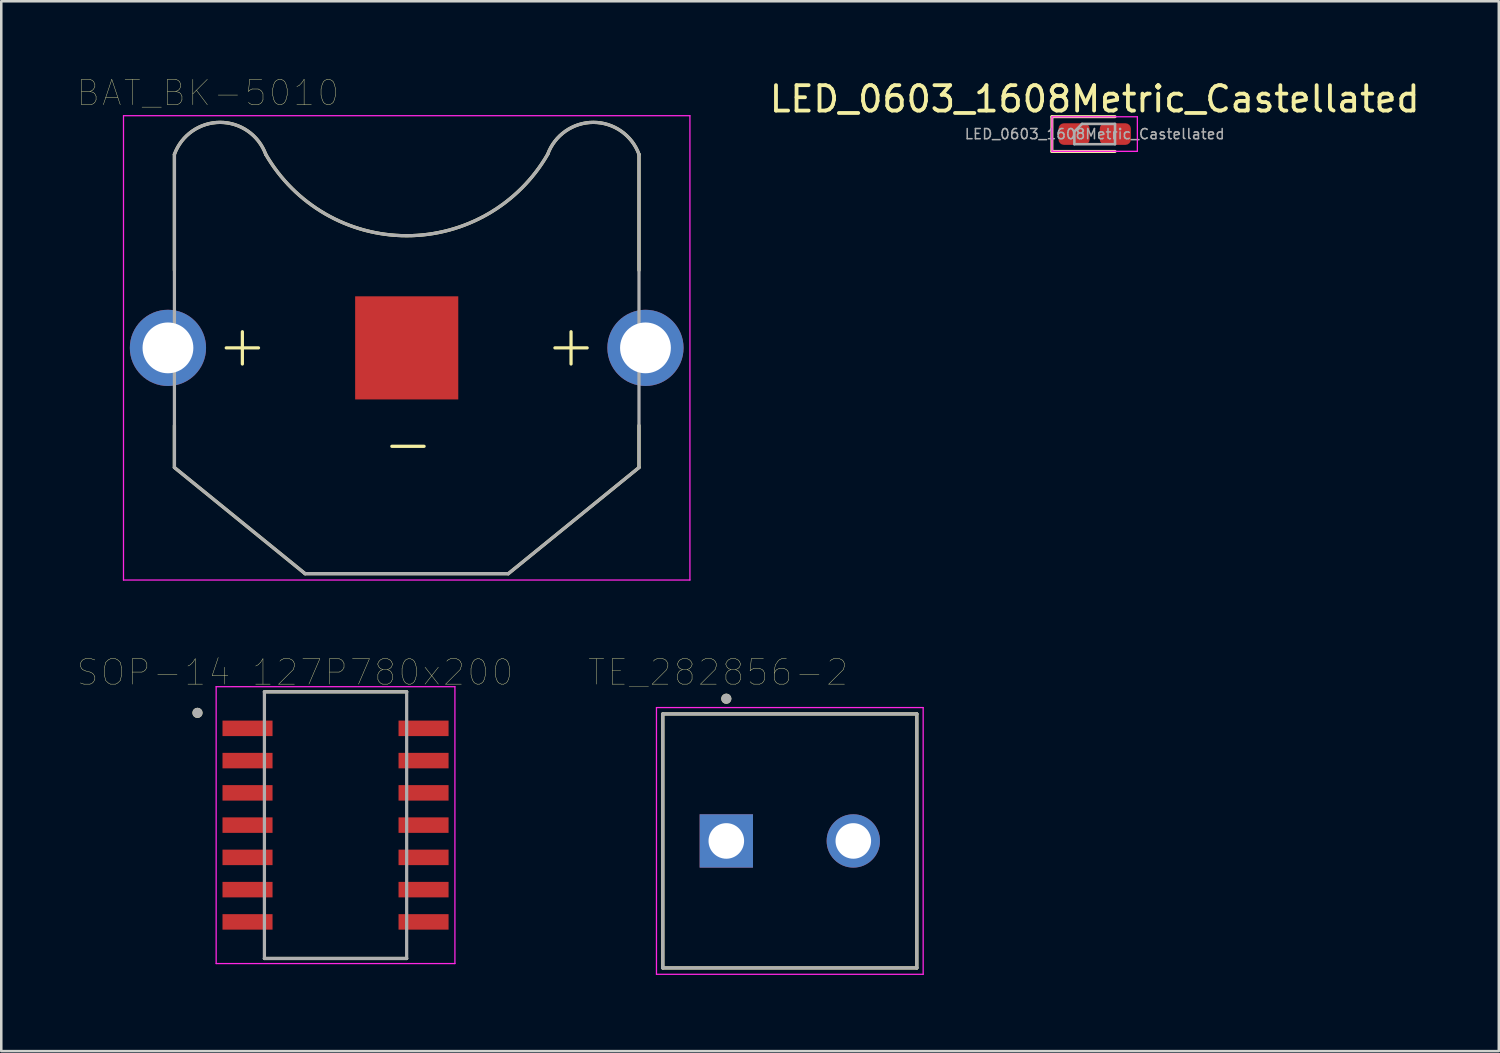
<source format=kicad_pcb>
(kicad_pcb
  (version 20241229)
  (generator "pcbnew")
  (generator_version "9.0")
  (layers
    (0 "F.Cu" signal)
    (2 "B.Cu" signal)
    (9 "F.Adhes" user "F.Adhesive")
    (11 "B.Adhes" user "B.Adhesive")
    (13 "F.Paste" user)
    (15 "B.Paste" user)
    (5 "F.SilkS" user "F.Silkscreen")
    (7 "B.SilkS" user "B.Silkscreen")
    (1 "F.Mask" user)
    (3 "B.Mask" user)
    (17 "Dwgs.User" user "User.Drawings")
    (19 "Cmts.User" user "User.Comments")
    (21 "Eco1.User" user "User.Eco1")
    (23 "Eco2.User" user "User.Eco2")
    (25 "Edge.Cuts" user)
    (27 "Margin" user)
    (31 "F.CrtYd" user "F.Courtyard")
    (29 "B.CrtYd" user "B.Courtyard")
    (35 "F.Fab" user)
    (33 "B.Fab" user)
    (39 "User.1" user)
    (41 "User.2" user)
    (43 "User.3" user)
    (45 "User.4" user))
  (footprint "TE_282856-2"
    (layer "F.Cu")
    (at 28.045 30.058)
    (property "Reference" "TE_282856-2" (at -2.825 -6.635 0) (layer "F.SilkS") (effects (font (size 1 1) (thickness 0.015))))
    (attr through_hole)
    (fp_line (start -5 -5) (end 5 -5) (stroke (width 0.127) (type solid)) (layer "F.SilkS"))
    (fp_line (start -5 5) (end -5 -5) (stroke (width 0.127) (type solid)) (layer "F.SilkS"))
    (fp_line (start 5 -5) (end 5 5) (stroke (width 0.127) (type solid)) (layer "F.SilkS"))
    (fp_line (start 5 5) (end -5 5) (stroke (width 0.127) (type solid)) (layer "F.SilkS"))
    (fp_circle (center -2.5 -5.6) (end -2.4 -5.6) (stroke (width 0.2) (type solid)) (fill no) (layer "F.SilkS"))
    (fp_line (start -5.25 -5.25) (end 5.25 -5.25) (stroke (width 0.05) (type solid)) (layer "F.CrtYd"))
    (fp_line (start -5.25 5.25) (end -5.25 -5.25) (stroke (width 0.05) (type solid)) (layer "F.CrtYd"))
    (fp_line (start 5.25 -5.25) (end 5.25 5.25) (stroke (width 0.05) (type solid)) (layer "F.CrtYd"))
    (fp_line (start 5.25 5.25) (end -5.25 5.25) (stroke (width 0.05) (type solid)) (layer "F.CrtYd"))
    (fp_line (start -5 -5) (end 5 -5) (stroke (width 0.127) (type solid)) (layer "F.Fab"))
    (fp_line (start -5 5) (end -5 -5) (stroke (width 0.127) (type solid)) (layer "F.Fab"))
    (fp_line (start 5 -5) (end 5 5) (stroke (width 0.127) (type solid)) (layer "F.Fab"))
    (fp_line (start 5 5) (end -5 5) (stroke (width 0.127) (type solid)) (layer "F.Fab"))
    (fp_circle (center -2.5 -5.6) (end -2.4 -5.6) (stroke (width 0.2) (type solid)) (fill no) (layer "F.Fab"))
    (pad "1" thru_hole rect (at -2.5 0) (size 2.1 2.1) (drill 1.4) (layers "*.Cu" "*.Mask"))
    (pad "2" thru_hole circle (at 2.5 0) (size 2.1 2.1) (drill 1.4) (layers "*.Cu" "*.Mask")))
  (footprint "LED_0603_1608Metric_Castellated"
    (layer "F.Cu")
    (at 40.048 2.228)
    (property "Reference" "LED_0603_1608Metric_Castellated" (at 0 -1.38 0) (layer "F.SilkS") (effects (font (size 1 1) (thickness 0.15))))
    (attr smd)
    (fp_line (start -1.685 -0.685) (end -1.685 0.685) (stroke (width 0.12) (type solid)) (layer "F.SilkS"))
    (fp_line (start -1.685 0.685) (end 0.8 0.685) (stroke (width 0.12) (type solid)) (layer "F.SilkS"))
    (fp_line (start 0.8 -0.685) (end -1.685 -0.685) (stroke (width 0.12) (type solid)) (layer "F.SilkS"))
    (fp_line (start -1.68 -0.68) (end 1.68 -0.68) (stroke (width 0.05) (type solid)) (layer "F.CrtYd"))
    (fp_line (start -1.68 0.68) (end -1.68 -0.68) (stroke (width 0.05) (type solid)) (layer "F.CrtYd"))
    (fp_line (start 1.68 -0.68) (end 1.68 0.68) (stroke (width 0.05) (type solid)) (layer "F.CrtYd"))
    (fp_line (start 1.68 0.68) (end -1.68 0.68) (stroke (width 0.05) (type solid)) (layer "F.CrtYd"))
    (fp_line (start -0.8 -0.1) (end -0.8 0.4) (stroke (width 0.1) (type solid)) (layer "F.Fab"))
    (fp_line (start -0.8 0.4) (end 0.8 0.4) (stroke (width 0.1) (type solid)) (layer "F.Fab"))
    (fp_line (start -0.5 -0.4) (end -0.8 -0.1) (stroke (width 0.1) (type solid)) (layer "F.Fab"))
    (fp_line (start 0.8 -0.4) (end -0.5 -0.4) (stroke (width 0.1) (type solid)) (layer "F.Fab"))
    (fp_line (start 0.8 0.4) (end 0.8 -0.4) (stroke (width 0.1) (type solid)) (layer "F.Fab"))
    (fp_text user "${REFERENCE}" (at 0 0 0) (layer "F.Fab") (effects (font (size 0.4 0.4) (thickness 0.06))))
    (pad "1" smd roundrect (at -0.812 0) (size 1.225 0.85) (layers "F.Cu" "F.Mask" "F.Paste") (roundrect_rratio 0.25))
    (pad "2" smd roundrect (at 0.812 0) (size 1.225 0.85) (layers "F.Cu" "F.Mask" "F.Paste") (roundrect_rratio 0.25)))
  (footprint "BAT_BK-5010"
    (layer "F.Cu")
    (at 12.962 10.646)
    (property "Reference" "BAT_BK-5010" (at -7.825 -10.035 0) (layer "F.SilkS") (effects (font (size 1 1) (thickness 0.015))))
    (attr through_hole)
    (fp_line (start -9.145 -7.62) (end -9.145 -3.055) (stroke (width 0.127) (type solid)) (layer "F.SilkS"))
    (fp_line (start -9.145 3.055) (end -9.145 4.71) (stroke (width 0.127) (type solid)) (layer "F.SilkS"))
    (fp_line (start -9.145 4.71) (end -4 8.89) (stroke (width 0.127) (type solid)) (layer "F.SilkS"))
    (fp_line (start -7.105 0) (end -5.835 0) (stroke (width 0.127) (type solid)) (layer "F.SilkS"))
    (fp_line (start -6.47 -0.635) (end -6.47 0.635) (stroke (width 0.127) (type solid)) (layer "F.SilkS"))
    (fp_line (start -4 8.89) (end 4 8.89) (stroke (width 0.127) (type solid)) (layer "F.SilkS"))
    (fp_line (start -0.585 3.875) (end 0.685 3.875) (stroke (width 0.127) (type solid)) (layer "F.SilkS"))
    (fp_line (start 4 8.89) (end 9.145 4.71) (stroke (width 0.127) (type solid)) (layer "F.SilkS"))
    (fp_line (start 5.835 0) (end 7.105 0) (stroke (width 0.127) (type solid)) (layer "F.SilkS"))
    (fp_line (start 6.47 -0.635) (end 6.47 0.635) (stroke (width 0.127) (type solid)) (layer "F.SilkS"))
    (fp_line (start 9.145 -3.055) (end 9.145 -7.62) (stroke (width 0.127) (type solid)) (layer "F.SilkS"))
    (fp_line (start 9.145 4.71) (end 9.145 3.055) (stroke (width 0.127) (type solid)) (layer "F.SilkS"))
    (fp_arc (start -9.145 -7.62) (mid -7.3475 -8.878623) (end -5.55 -7.620001) (stroke (width 0.127) (type solid)) (layer "F.SilkS"))
    (fp_arc (start 5.55 -7.62) (mid 0 -4.415706) (end -5.55 -7.62) (stroke (width 0.127) (type solid)) (layer "F.SilkS"))
    (fp_arc (start 5.55 -7.62) (mid 7.3475 -8.878623) (end 9.145 -7.620001) (stroke (width 0.127) (type solid)) (layer "F.SilkS"))
    (fp_line (start -11.15 -9.14) (end -11.15 9.14) (stroke (width 0.05) (type solid)) (layer "F.CrtYd"))
    (fp_line (start -11.15 9.14) (end 11.15 9.14) (stroke (width 0.05) (type solid)) (layer "F.CrtYd"))
    (fp_line (start 11.15 -9.14) (end -11.15 -9.14) (stroke (width 0.05) (type solid)) (layer "F.CrtYd"))
    (fp_line (start 11.15 9.14) (end 11.15 -9.14) (stroke (width 0.05) (type solid)) (layer "F.CrtYd"))
    (fp_line (start -9.145 -7.62) (end -9.145 4.71) (stroke (width 0.127) (type solid)) (layer "F.Fab"))
    (fp_line (start -9.145 4.71) (end -4 8.89) (stroke (width 0.127) (type solid)) (layer "F.Fab"))
    (fp_line (start -4 8.89) (end 4 8.89) (stroke (width 0.127) (type solid)) (layer "F.Fab"))
    (fp_line (start 4 8.89) (end 9.145 4.71) (stroke (width 0.127) (type solid)) (layer "F.Fab"))
    (fp_line (start 9.145 4.71) (end 9.145 -7.62) (stroke (width 0.127) (type solid)) (layer "F.Fab"))
    (fp_arc (start -9.145 -7.62) (mid -7.3475 -8.878623) (end -5.55 -7.620001) (stroke (width 0.127) (type solid)) (layer "F.Fab"))
    (fp_arc (start 5.55 -7.62) (mid 0 -4.415706) (end -5.55 -7.62) (stroke (width 0.127) (type solid)) (layer "F.Fab"))
    (fp_arc (start 5.55 -7.62) (mid 7.3475 -8.878623) (end 9.145 -7.620001) (stroke (width 0.127) (type solid)) (layer "F.Fab"))
    (pad "-" smd rect (at 0 0) (size 4.06 4.06) (layers "F.Cu" "F.Mask" "F.Paste"))
    (pad "1+" thru_hole circle (at -9.4 0) (size 3 3) (drill 2) (layers "*.Cu" "*.Mask"))
    (pad "2+" thru_hole circle (at 9.4 0) (size 3 3) (drill 2) (layers "*.Cu" "*.Mask")))
  (footprint "SOP-14_127P780x200"
    (layer "F.Cu")
    (at 6.695 25.625)
    (property "Reference" "SOP-14_127P780x200" (at 1.87 -2.202 0) (layer "F.SilkS") (effects (font (size 1 1) (thickness 0.015))))
    (attr through_hole)
    (fp_line (start 0.665 -1.44) (end 6.265 -1.44) (stroke (width 0.127) (type solid)) (layer "F.SilkS"))
    (fp_line (start 0.665 9.06) (end 6.265 9.06) (stroke (width 0.127) (type solid)) (layer "F.SilkS"))
    (fp_circle (center -1.97 -0.61) (end -1.87 -0.61) (stroke (width 0.2) (type solid)) (fill no) (layer "F.SilkS"))
    (fp_line (start -1.235 -1.64) (end -1.235 9.26) (stroke (width 0.05) (type solid)) (layer "F.CrtYd"))
    (fp_line (start -1.235 -1.64) (end 8.165 -1.64) (stroke (width 0.05) (type solid)) (layer "F.CrtYd"))
    (fp_line (start -1.235 9.26) (end 8.165 9.26) (stroke (width 0.05) (type solid)) (layer "F.CrtYd"))
    (fp_line (start 8.165 -1.64) (end 8.165 9.26) (stroke (width 0.05) (type solid)) (layer "F.CrtYd"))
    (fp_line (start 0.665 -1.44) (end 0.665 9.06) (stroke (width 0.127) (type solid)) (layer "F.Fab"))
    (fp_line (start 0.665 -1.44) (end 6.265 -1.44) (stroke (width 0.127) (type solid)) (layer "F.Fab"))
    (fp_line (start 0.665 9.06) (end 6.265 9.06) (stroke (width 0.127) (type solid)) (layer "F.Fab"))
    (fp_line (start 6.265 -1.44) (end 6.265 9.06) (stroke (width 0.127) (type solid)) (layer "F.Fab"))
    (fp_circle (center -1.97 -0.61) (end -1.87 -0.61) (stroke (width 0.2) (type solid)) (fill no) (layer "F.Fab"))
    (pad "1" smd rect (at 0 0) (size 1.97 0.61) (layers "F.Cu" "F.Mask" "F.Paste"))
    (pad "2" smd rect (at 0 1.27) (size 1.97 0.61) (layers "F.Cu" "F.Mask" "F.Paste"))
    (pad "3" smd rect (at 0 2.54) (size 1.97 0.61) (layers "F.Cu" "F.Mask" "F.Paste"))
    (pad "4" smd rect (at 0 3.81) (size 1.97 0.61) (layers "F.Cu" "F.Mask" "F.Paste"))
    (pad "5" smd rect (at 0 5.08) (size 1.97 0.61) (layers "F.Cu" "F.Mask" "F.Paste"))
    (pad "6" smd rect (at 0 6.35) (size 1.97 0.61) (layers "F.Cu" "F.Mask" "F.Paste"))
    (pad "7" smd rect (at 0 7.62) (size 1.97 0.61) (layers "F.Cu" "F.Mask" "F.Paste"))
    (pad "8" smd rect (at 6.93 7.62) (size 1.97 0.61) (layers "F.Cu" "F.Mask" "F.Paste"))
    (pad "9" smd rect (at 6.93 6.35) (size 1.97 0.61) (layers "F.Cu" "F.Mask" "F.Paste"))
    (pad "10" smd rect (at 6.93 5.08) (size 1.97 0.61) (layers "F.Cu" "F.Mask" "F.Paste"))
    (pad "11" smd rect (at 6.93 3.81) (size 1.97 0.61) (layers "F.Cu" "F.Mask" "F.Paste"))
    (pad "12" smd rect (at 6.93 2.54) (size 1.97 0.61) (layers "F.Cu" "F.Mask" "F.Paste"))
    (pad "13" smd rect (at 6.93 1.27) (size 1.97 0.61) (layers "F.Cu" "F.Mask" "F.Paste"))
    (pad "14" smd rect (at 6.93 0) (size 1.97 0.61) (layers "F.Cu" "F.Mask" "F.Paste")))
  (gr_rect
    (start -3 -3)
    (end 55.958 38.333)
    (stroke (width 0.1) (type default))
    (fill no)
    (layer "Edge.Cuts")))
</source>
